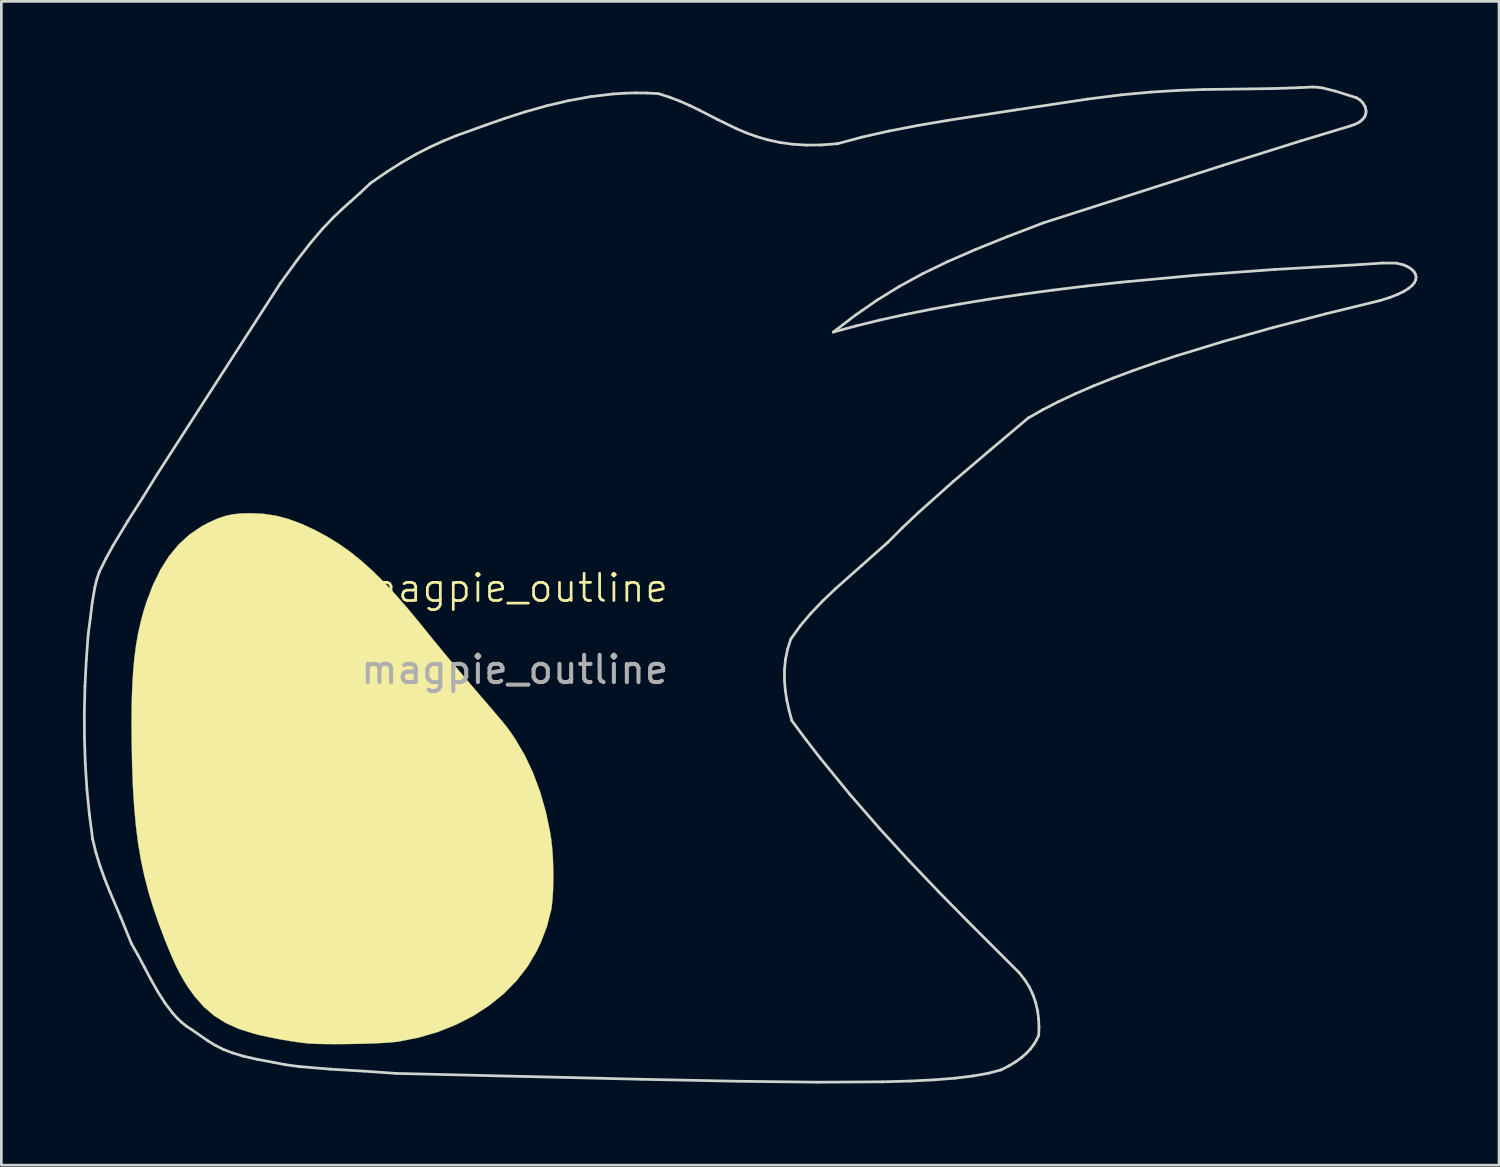
<source format=kicad_pcb>
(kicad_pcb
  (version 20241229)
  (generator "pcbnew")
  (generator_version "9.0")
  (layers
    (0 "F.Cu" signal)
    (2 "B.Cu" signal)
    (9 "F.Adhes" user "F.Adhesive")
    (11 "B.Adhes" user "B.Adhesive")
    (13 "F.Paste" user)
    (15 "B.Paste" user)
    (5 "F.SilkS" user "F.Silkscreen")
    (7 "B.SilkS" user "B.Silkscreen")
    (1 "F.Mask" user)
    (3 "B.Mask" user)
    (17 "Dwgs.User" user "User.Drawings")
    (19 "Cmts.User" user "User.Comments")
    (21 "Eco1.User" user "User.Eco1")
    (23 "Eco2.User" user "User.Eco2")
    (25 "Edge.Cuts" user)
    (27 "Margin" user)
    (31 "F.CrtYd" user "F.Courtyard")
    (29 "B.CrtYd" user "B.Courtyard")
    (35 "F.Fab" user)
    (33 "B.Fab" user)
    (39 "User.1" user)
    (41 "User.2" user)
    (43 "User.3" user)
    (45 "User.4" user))
  (footprint "magpie_outline"
    (layer "F.Cu")
    (at 15.875 19.068)
    (property "Reference" "magpie_outline" (at 0 -0.5 0) (unlocked yes) (layer "F.SilkS") (effects (font (size 1 1) (thickness 0.1))))
    (attr smd)
    (fp_poly (pts (xy 28.934 -19.063) (xy 29.119 -19.06) (xy 29.27 -19.055) (xy 29.395 -19.045) (xy 29.504 -19.033) (xy 29.608 -19.016) (xy 29.717 -18.995) (xy 29.763 -18.985) (xy 30.02 -18.925) (xy 30.286 -18.85) (xy 30.539 -18.769) (xy 30.76 -18.687) (xy 30.928 -18.611) (xy 30.986 -18.578) (xy 31.131 -18.436) (xy 31.22 -18.251) (xy 31.255 -18.041) (xy 31.236 -17.829) (xy 31.163 -17.633) (xy 31.035 -17.475) (xy 30.982 -17.436) (xy 30.957 -17.42) (xy 30.92 -17.403) (xy 30.869 -17.381) (xy 30.796 -17.354) (xy 30.699 -17.319) (xy 30.571 -17.275) (xy 30.409 -17.221) (xy 30.206 -17.155) (xy 29.958 -17.075) (xy 29.66 -16.98) (xy 29.308 -16.868) (xy 28.895 -16.738) (xy 28.418 -16.587) (xy 27.872 -16.415) (xy 27.251 -16.22) (xy 27.062 -16.16) (xy 25.918 -15.799) (xy 24.852 -15.461) (xy 23.859 -15.145) (xy 22.937 -14.848) (xy 22.081 -14.569) (xy 21.287 -14.308) (xy 20.552 -14.062) (xy 19.872 -13.831) (xy 19.243 -13.613) (xy 18.662 -13.407) (xy 18.125 -13.211) (xy 17.628 -13.023) (xy 17.167 -12.844) (xy 16.738 -12.67) (xy 16.339 -12.501) (xy 15.965 -12.336) (xy 15.612 -12.172) (xy 15.276 -12.009) (xy 14.955 -11.846) (xy 14.644 -11.68) (xy 14.339 -11.511) (xy 14.193 -11.427) (xy 13.995 -11.311) (xy 13.777 -11.179) (xy 13.55 -11.039) (xy 13.324 -10.896) (xy 13.11 -10.759) (xy 12.92 -10.634) (xy 12.765 -10.529) (xy 12.655 -10.451) (xy 12.603 -10.407) (xy 12.6 -10.4) (xy 12.643 -10.405) (xy 12.755 -10.428) (xy 12.922 -10.464) (xy 13.129 -10.512) (xy 13.307 -10.555) (xy 14.176 -10.752) (xy 15.124 -10.943) (xy 16.146 -11.128) (xy 17.236 -11.306) (xy 18.391 -11.476) (xy 19.605 -11.639) (xy 20.871 -11.792) (xy 22.187 -11.936) (xy 23.545 -12.071) (xy 24.941 -12.195) (xy 26.371 -12.307) (xy 27.827 -12.408) (xy 29.307 -12.497) (xy 30.664 -12.566) (xy 31.101 -12.586) (xy 31.464 -12.598) (xy 31.761 -12.604) (xy 32.002 -12.601) (xy 32.197 -12.591) (xy 32.354 -12.572) (xy 32.484 -12.544) (xy 32.596 -12.506) (xy 32.692 -12.462) (xy 32.855 -12.352) (xy 32.994 -12.208) (xy 33.085 -12.057) (xy 33.1 -12.011) (xy 33.102 -11.838) (xy 33.034 -11.652) (xy 32.903 -11.471) (xy 32.848 -11.415) (xy 32.775 -11.354) (xy 32.691 -11.295) (xy 32.589 -11.236) (xy 32.463 -11.177) (xy 32.309 -11.114) (xy 32.118 -11.046) (xy 31.887 -10.97) (xy 31.608 -10.886) (xy 31.276 -10.79) (xy 30.884 -10.682) (xy 30.428 -10.558) (xy 29.9 -10.417) (xy 29.39 -10.283) (xy 28.5 -10.048) (xy 27.686 -9.828) (xy 26.938 -9.623) (xy 26.251 -9.43) (xy 25.615 -9.246) (xy 25.024 -9.07) (xy 24.47 -8.898) (xy 23.944 -8.73) (xy 23.44 -8.562) (xy 23.061 -8.431) (xy 22.753 -8.322) (xy 22.462 -8.217) (xy 22.176 -8.109) (xy 21.883 -7.995) (xy 21.57 -7.869) (xy 21.225 -7.726) (xy 20.835 -7.561) (xy 20.388 -7.37) (xy 20.087 -7.24) (xy 19.812 -7.123) (xy 19.567 -7.021) (xy 19.34 -6.933) (xy 19.118 -6.853) (xy 18.889 -6.779) (xy 18.641 -6.706) (xy 18.363 -6.63) (xy 18.041 -6.549) (xy 17.664 -6.458) (xy 17.22 -6.353) (xy 17.089 -6.323) (xy 16.265 -6.129) (xy 15.516 -5.949) (xy 14.837 -5.78) (xy 14.22 -5.62) (xy 13.659 -5.467) (xy 13.145 -5.319) (xy 12.674 -5.173) (xy 12.237 -5.027) (xy 11.827 -4.878) (xy 11.438 -4.726) (xy 11.063 -4.566) (xy 10.694 -4.397) (xy 10.325 -4.218) (xy 9.949 -4.024) (xy 9.83 -3.961) (xy 9.502 -3.788) (xy 9.237 -3.654) (xy 9.026 -3.555) (xy 8.857 -3.489) (xy 8.722 -3.453) (xy 8.609 -3.443) (xy 8.509 -3.457) (xy 8.411 -3.491) (xy 8.351 -3.519) (xy 8.225 -3.617) (xy 8.096 -3.778) (xy 7.978 -3.98) (xy 7.884 -4.203) (xy 7.862 -4.271) (xy 7.835 -4.378) (xy 7.794 -4.552) (xy 7.745 -4.775) (xy 7.69 -5.03) (xy 7.634 -5.302) (xy 7.629 -5.329) (xy 7.56 -5.657) (xy 7.479 -6.034) (xy 7.392 -6.427) (xy 7.307 -6.801) (xy 7.246 -7.057) (xy 7.139 -7.517) (xy 7.053 -7.909) (xy 6.986 -8.247) (xy 6.936 -8.544) (xy 6.902 -8.815) (xy 6.881 -9.073) (xy 6.871 -9.332) (xy 6.869 -9.514) (xy 6.872 -9.745) (xy 6.881 -9.959) (xy 6.893 -10.134) (xy 6.908 -10.251) (xy 6.913 -10.268) (xy 6.995 -10.462) (xy 7.145 -10.7) (xy 7.36 -10.978) (xy 7.638 -11.294) (xy 7.734 -11.395) (xy 8.132 -11.825) (xy 8.464 -12.212) (xy 8.734 -12.564) (xy 8.946 -12.887) (xy 9.103 -13.188) (xy 9.21 -13.471) (xy 9.27 -13.745) (xy 9.288 -13.99) (xy 9.275 -14.238) (xy 9.227 -14.445) (xy 9.135 -14.644) (xy 9.009 -14.835) (xy 8.843 -15.089) (xy 8.739 -15.304) (xy 8.693 -15.492) (xy 8.689 -15.559) (xy 8.696 -15.66) (xy 8.724 -15.742) (xy 8.789 -15.828) (xy 8.903 -15.944) (xy 8.911 -15.953) (xy 9.152 -16.146) (xy 9.463 -16.333) (xy 9.829 -16.505) (xy 10.213 -16.647) (xy 10.503 -16.735) (xy 10.867 -16.834) (xy 11.295 -16.942) (xy 11.777 -17.056) (xy 12.304 -17.175) (xy 12.866 -17.297) (xy 13.453 -17.419) (xy 14.056 -17.539) (xy 14.664 -17.656) (xy 15.268 -17.766) (xy 15.859 -17.869) (xy 15.907 -17.877) (xy 16.219 -17.929) (xy 16.584 -17.989) (xy 16.99 -18.054) (xy 17.425 -18.124) (xy 17.877 -18.196) (xy 18.335 -18.269) (xy 18.787 -18.34) (xy 19.219 -18.408) (xy 19.621 -18.47) (xy 19.981 -18.525) (xy 20.286 -18.571) (xy 20.525 -18.607) (xy 20.606 -18.618) (xy 21.39 -18.717) (xy 22.246 -18.803) (xy 23.178 -18.877) (xy 24.185 -18.938) (xy 25.272 -18.988) (xy 26.438 -19.025) (xy 27.644 -19.05) (xy 28.069 -19.056) (xy 28.419 -19.061) (xy 28.704 -19.063) (xy 28.934 -19.063)) (stroke (width 0.01) (type solid)) (fill yes) (layer "F.Mask"))
    (fp_poly (pts (xy -9.236 -3.229) (xy -8.774 -3.158) (xy -8.31 -3.035) (xy -7.828 -2.855) (xy -7.344 -2.631) (xy -6.908 -2.397) (xy -6.487 -2.139) (xy -6.076 -1.85) (xy -5.668 -1.525) (xy -5.256 -1.158) (xy -4.833 -0.742) (xy -4.394 -0.272) (xy -3.93 0.259) (xy -3.436 0.857) (xy -3.236 1.106) (xy -3.039 1.35) (xy -2.799 1.643) (xy -2.53 1.969) (xy -2.244 2.311) (xy -1.954 2.655) (xy -1.674 2.984) (xy -1.545 3.133) (xy -1.25 3.477) (xy -1.003 3.763) (xy -0.8 4) (xy -0.635 4.194) (xy -0.502 4.352) (xy -0.394 4.482) (xy -0.308 4.591) (xy -0.235 4.685) (xy -0.172 4.773) (xy -0.111 4.86) (xy -0.048 4.955) (xy 0.025 5.065) (xy 0.029 5.071) (xy 0.367 5.647) (xy 0.668 6.287) (xy 0.926 6.977) (xy 1.136 7.704) (xy 1.294 8.453) (xy 1.343 8.768) (xy 1.378 9.091) (xy 1.402 9.457) (xy 1.415 9.846) (xy 1.416 10.238) (xy 1.407 10.614) (xy 1.386 10.953) (xy 1.354 11.237) (xy 1.338 11.329) (xy 1.184 11.931) (xy 0.958 12.527) (xy 0.794 12.869) (xy 0.464 13.423) (xy 0.062 13.939) (xy -0.406 14.413) (xy -0.934 14.841) (xy -1.517 15.221) (xy -2.149 15.547) (xy -2.823 15.817) (xy -3.535 16.026) (xy -4.278 16.172) (xy -4.333 16.18) (xy -4.531 16.201) (xy -4.798 16.22) (xy -5.119 16.236) (xy -5.477 16.249) (xy -5.856 16.258) (xy -6.242 16.264) (xy -6.618 16.266) (xy -6.968 16.264) (xy -7.277 16.257) (xy -7.53 16.245) (xy -7.598 16.24) (xy -7.888 16.208) (xy -8.233 16.158) (xy -8.609 16.094) (xy -8.989 16.02) (xy -9.348 15.942) (xy -9.6 15.879) (xy -10.146 15.706) (xy -10.626 15.49) (xy -11.051 15.223) (xy -11.431 14.898) (xy -11.776 14.506) (xy -12.019 14.166) (xy -12.172 13.922) (xy -12.315 13.668) (xy -12.456 13.388) (xy -12.601 13.067) (xy -12.759 12.691) (xy -12.88 12.388) (xy -13.108 11.783) (xy -13.307 11.201) (xy -13.479 10.63) (xy -13.625 10.06) (xy -13.747 9.48) (xy -13.848 8.88) (xy -13.928 8.248) (xy -13.99 7.574) (xy -14.036 6.848) (xy -14.066 6.058) (xy -14.083 5.274) (xy -14.089 4.506) (xy -14.084 3.812) (xy -14.065 3.185) (xy -14.033 2.615) (xy -13.987 2.094) (xy -13.925 1.613) (xy -13.847 1.163) (xy -13.751 0.735) (xy -13.638 0.32) (xy -13.545 0.026) (xy -13.301 -0.616) (xy -13.023 -1.183) (xy -12.709 -1.678) (xy -12.354 -2.105) (xy -11.957 -2.467) (xy -11.515 -2.768) (xy -11.239 -2.915) (xy -10.93 -3.053) (xy -10.651 -3.149) (xy -10.374 -3.21) (xy -10.07 -3.242) (xy -9.715 -3.251) (xy -9.236 -3.229)) (stroke (width 0.01) (type solid)) (fill yes) (layer "F.SilkS"))
    (fp_line (start -15.825 4.066) (end -15.821 5.018) (stroke (width 0.1) (type solid)) (layer "Edge.Cuts"))
    (fp_line (start -15.821 5.018) (end -15.79 5.962) (stroke (width 0.1) (type solid)) (layer "Edge.Cuts"))
    (fp_line (start -15.802 3.11) (end -15.825 4.066) (stroke (width 0.1) (type solid)) (layer "Edge.Cuts"))
    (fp_line (start -15.79 5.962) (end -15.73 6.898) (stroke (width 0.1) (type solid)) (layer "Edge.Cuts"))
    (fp_line (start -15.753 2.151) (end -15.802 3.11) (stroke (width 0.1) (type solid)) (layer "Edge.Cuts"))
    (fp_line (start -15.73 6.898) (end -15.639 7.824) (stroke (width 0.1) (type solid)) (layer "Edge.Cuts"))
    (fp_line (start -15.682 1.19) (end -15.753 2.151) (stroke (width 0.1) (type solid)) (layer "Edge.Cuts"))
    (fp_line (start -15.639 7.824) (end -15.517 8.739) (stroke (width 0.1) (type solid)) (layer "Edge.Cuts"))
    (fp_line (start -15.605 0.612) (end -15.682 1.19) (stroke (width 0.1) (type solid)) (layer "Edge.Cuts"))
    (fp_line (start -15.535 0.036) (end -15.605 0.612) (stroke (width 0.1) (type solid)) (layer "Edge.Cuts"))
    (fp_line (start -15.517 8.739) (end -15.397 9.234) (stroke (width 0.1) (type solid)) (layer "Edge.Cuts"))
    (fp_line (start -15.437 -0.532) (end -15.535 0.036) (stroke (width 0.1) (type solid)) (layer "Edge.Cuts"))
    (fp_line (start -15.397 9.234) (end -15.247 9.72) (stroke (width 0.1) (type solid)) (layer "Edge.Cuts"))
    (fp_line (start -15.367 -0.813) (end -15.437 -0.532) (stroke (width 0.1) (type solid)) (layer "Edge.Cuts"))
    (fp_line (start -15.277 -1.091) (end -15.367 -0.813) (stroke (width 0.1) (type solid)) (layer "Edge.Cuts"))
    (fp_line (start -15.247 9.72) (end -15.073 10.2) (stroke (width 0.1) (type solid)) (layer "Edge.Cuts"))
    (fp_line (start -15.073 10.2) (end -14.883 10.675) (stroke (width 0.1) (type solid)) (layer "Edge.Cuts"))
    (fp_line (start -15.031 -1.584) (end -15.277 -1.091) (stroke (width 0.1) (type solid)) (layer "Edge.Cuts"))
    (fp_line (start -14.883 10.675) (end -14.481 11.618) (stroke (width 0.1) (type solid)) (layer "Edge.Cuts"))
    (fp_line (start -14.773 -2.056) (end -15.031 -1.584) (stroke (width 0.1) (type solid)) (layer "Edge.Cuts"))
    (fp_line (start -14.481 11.618) (end -14.096 12.566) (stroke (width 0.1) (type solid)) (layer "Edge.Cuts"))
    (fp_line (start -14.228 -2.961) (end -14.773 -2.056) (stroke (width 0.1) (type solid)) (layer "Edge.Cuts"))
    (fp_line (start -14.096 12.566) (end -13.856 12.988) (stroke (width 0.1) (type solid)) (layer "Edge.Cuts"))
    (fp_line (start -13.856 12.988) (end -13.619 13.433) (stroke (width 0.1) (type solid)) (layer "Edge.Cuts"))
    (fp_line (start -13.668 -3.841) (end -14.228 -2.961) (stroke (width 0.1) (type solid)) (layer "Edge.Cuts"))
    (fp_line (start -13.619 13.433) (end -13.379 13.887) (stroke (width 0.1) (type solid)) (layer "Edge.Cuts"))
    (fp_line (start -13.379 13.887) (end -13.128 14.332) (stroke (width 0.1) (type solid)) (layer "Edge.Cuts"))
    (fp_line (start -13.128 14.332) (end -12.86 14.755) (stroke (width 0.1) (type solid)) (layer "Edge.Cuts"))
    (fp_line (start -13.116 -4.733) (end -13.668 -3.841) (stroke (width 0.1) (type solid)) (layer "Edge.Cuts"))
    (fp_line (start -12.86 14.755) (end -12.568 15.139) (stroke (width 0.1) (type solid)) (layer "Edge.Cuts"))
    (fp_line (start -12.568 15.139) (end -12.411 15.311) (stroke (width 0.1) (type solid)) (layer "Edge.Cuts"))
    (fp_line (start -12.411 15.311) (end -12.245 15.468) (stroke (width 0.1) (type solid)) (layer "Edge.Cuts"))
    (fp_line (start -12.245 15.468) (end -12.07 15.608) (stroke (width 0.1) (type solid)) (layer "Edge.Cuts"))
    (fp_line (start -12.07 15.608) (end -11.885 15.728) (stroke (width 0.1) (type solid)) (layer "Edge.Cuts"))
    (fp_line (start -11.885 15.728) (end -11.284 16.145) (stroke (width 0.1) (type solid)) (layer "Edge.Cuts"))
    (fp_line (start -11.284 16.145) (end -11.009 16.312) (stroke (width 0.1) (type solid)) (layer "Edge.Cuts"))
    (fp_line (start -11.009 16.312) (end -10.716 16.459) (stroke (width 0.1) (type solid)) (layer "Edge.Cuts"))
    (fp_line (start -10.716 16.459) (end -10.38 16.589) (stroke (width 0.1) (type solid)) (layer "Edge.Cuts"))
    (fp_line (start -10.38 16.589) (end -9.976 16.71) (stroke (width 0.1) (type solid)) (layer "Edge.Cuts"))
    (fp_line (start -9.976 16.71) (end -9.479 16.824) (stroke (width 0.1) (type solid)) (layer "Edge.Cuts"))
    (fp_line (start -9.479 16.824) (end -8.863 16.938) (stroke (width 0.1) (type solid)) (layer "Edge.Cuts"))
    (fp_line (start -8.863 16.938) (end -8.432 17.023) (stroke (width 0.1) (type solid)) (layer "Edge.Cuts"))
    (fp_line (start -8.624 -11.697) (end -13.116 -4.733) (stroke (width 0.1) (type solid)) (layer "Edge.Cuts"))
    (fp_line (start -8.432 17.023) (end -7.932 17.09) (stroke (width 0.1) (type solid)) (layer "Edge.Cuts"))
    (fp_line (start -8.01 -12.544) (end -8.624 -11.697) (stroke (width 0.1) (type solid)) (layer "Edge.Cuts"))
    (fp_line (start -7.932 17.09) (end -6.79 17.186) (stroke (width 0.1) (type solid)) (layer "Edge.Cuts"))
    (fp_line (start -7.5 -13.2) (end -8.01 -12.544) (stroke (width 0.1) (type solid)) (layer "Edge.Cuts"))
    (fp_line (start -7.07 -13.705) (end -7.5 -13.2) (stroke (width 0.1) (type solid)) (layer "Edge.Cuts"))
    (fp_line (start -6.79 17.186) (end -5.554 17.259) (stroke (width 0.1) (type solid)) (layer "Edge.Cuts"))
    (fp_line (start -6.696 -14.099) (end -7.07 -13.705) (stroke (width 0.1) (type solid)) (layer "Edge.Cuts"))
    (fp_line (start -6.357 -14.424) (end -6.696 -14.099) (stroke (width 0.1) (type solid)) (layer "Edge.Cuts"))
    (fp_line (start -6.028 -14.718) (end -6.357 -14.424) (stroke (width 0.1) (type solid)) (layer "Edge.Cuts"))
    (fp_line (start -5.688 -15.023) (end -6.028 -14.718) (stroke (width 0.1) (type solid)) (layer "Edge.Cuts"))
    (fp_line (start -5.554 17.259) (end -4.342 17.344) (stroke (width 0.1) (type solid)) (layer "Edge.Cuts"))
    (fp_line (start -5.312 -15.379) (end -5.688 -15.023) (stroke (width 0.1) (type solid)) (layer "Edge.Cuts"))
    (fp_line (start -4.707 -15.797) (end -5.312 -15.379) (stroke (width 0.1) (type solid)) (layer "Edge.Cuts"))
    (fp_line (start -4.342 17.344) (end 4.668 17.559) (stroke (width 0.1) (type solid)) (layer "Edge.Cuts"))
    (fp_line (start -4.148 -16.151) (end -4.707 -15.797) (stroke (width 0.1) (type solid)) (layer "Edge.Cuts"))
    (fp_line (start -3.623 -16.453) (end -4.148 -16.151) (stroke (width 0.1) (type solid)) (layer "Edge.Cuts"))
    (fp_line (start -3.119 -16.711) (end -3.623 -16.453) (stroke (width 0.1) (type solid)) (layer "Edge.Cuts"))
    (fp_line (start -2.625 -16.937) (end -3.119 -16.711) (stroke (width 0.1) (type solid)) (layer "Edge.Cuts"))
    (fp_line (start -2.13 -17.139) (end -2.625 -16.937) (stroke (width 0.1) (type solid)) (layer "Edge.Cuts"))
    (fp_line (start -1.086 -17.515) (end -2.13 -17.139) (stroke (width 0.1) (type solid)) (layer "Edge.Cuts"))
    (fp_line (start -0.364 -17.767) (end -1.086 -17.515) (stroke (width 0.1) (type solid)) (layer "Edge.Cuts"))
    (fp_line (start 0.388 -18.008) (end -0.364 -17.767) (stroke (width 0.1) (type solid)) (layer "Edge.Cuts"))
    (fp_line (start 1.165 -18.227) (end 0.388 -18.008) (stroke (width 0.1) (type solid)) (layer "Edge.Cuts"))
    (fp_line (start 1.964 -18.415) (end 1.165 -18.227) (stroke (width 0.1) (type solid)) (layer "Edge.Cuts"))
    (fp_line (start 2.78 -18.564) (end 1.964 -18.415) (stroke (width 0.1) (type solid)) (layer "Edge.Cuts"))
    (fp_line (start 3.607 -18.663) (end 2.78 -18.564) (stroke (width 0.1) (type solid)) (layer "Edge.Cuts"))
    (fp_line (start 4.024 -18.691) (end 3.607 -18.663) (stroke (width 0.1) (type solid)) (layer "Edge.Cuts"))
    (fp_line (start 4.443 -18.703) (end 4.024 -18.691) (stroke (width 0.1) (type solid)) (layer "Edge.Cuts"))
    (fp_line (start 4.668 17.559) (end 8.194 17.631) (stroke (width 0.1) (type solid)) (layer "Edge.Cuts"))
    (fp_line (start 4.862 -18.698) (end 4.443 -18.703) (stroke (width 0.1) (type solid)) (layer "Edge.Cuts"))
    (fp_line (start 5.282 -18.675) (end 4.862 -18.698) (stroke (width 0.1) (type solid)) (layer "Edge.Cuts"))
    (fp_line (start 5.68 -18.549) (end 5.282 -18.675) (stroke (width 0.1) (type solid)) (layer "Edge.Cuts"))
    (fp_line (start 6.058 -18.404) (end 5.68 -18.549) (stroke (width 0.1) (type solid)) (layer "Edge.Cuts"))
    (fp_line (start 6.418 -18.246) (end 6.058 -18.404) (stroke (width 0.1) (type solid)) (layer "Edge.Cuts"))
    (fp_line (start 6.767 -18.077) (end 6.418 -18.246) (stroke (width 0.1) (type solid)) (layer "Edge.Cuts"))
    (fp_line (start 7.45 -17.726) (end 6.767 -18.077) (stroke (width 0.1) (type solid)) (layer "Edge.Cuts"))
    (fp_line (start 8.147 -17.387) (end 7.45 -17.726) (stroke (width 0.1) (type solid)) (layer "Edge.Cuts"))
    (fp_line (start 8.194 17.631) (end 11.129 17.666) (stroke (width 0.1) (type solid)) (layer "Edge.Cuts"))
    (fp_line (start 8.513 -17.233) (end 8.147 -17.387) (stroke (width 0.1) (type solid)) (layer "Edge.Cuts"))
    (fp_line (start 8.897 -17.094) (end 8.513 -17.233) (stroke (width 0.1) (type solid)) (layer "Edge.Cuts"))
    (fp_line (start 9.304 -16.976) (end 8.897 -17.094) (stroke (width 0.1) (type solid)) (layer "Edge.Cuts"))
    (fp_line (start 9.739 -16.882) (end 9.304 -16.976) (stroke (width 0.1) (type solid)) (layer "Edge.Cuts"))
    (fp_line (start 9.913 2.877) (end 9.914 2.501) (stroke (width 0.1) (type solid)) (layer "Edge.Cuts"))
    (fp_line (start 9.914 2.501) (end 9.951 2.126) (stroke (width 0.1) (type solid)) (layer "Edge.Cuts"))
    (fp_line (start 9.943 3.252) (end 9.913 2.877) (stroke (width 0.1) (type solid)) (layer "Edge.Cuts"))
    (fp_line (start 9.951 2.126) (end 10.027 1.751) (stroke (width 0.1) (type solid)) (layer "Edge.Cuts"))
    (fp_line (start 10.001 3.627) (end 9.943 3.252) (stroke (width 0.1) (type solid)) (layer "Edge.Cuts"))
    (fp_line (start 10.027 1.751) (end 10.146 1.376) (stroke (width 0.1) (type solid)) (layer "Edge.Cuts"))
    (fp_line (start 10.083 4.002) (end 10.001 3.627) (stroke (width 0.1) (type solid)) (layer "Edge.Cuts"))
    (fp_line (start 10.146 1.376) (end 10.493 0.891) (stroke (width 0.1) (type solid)) (layer "Edge.Cuts"))
    (fp_line (start 10.186 4.377) (end 10.083 4.002) (stroke (width 0.1) (type solid)) (layer "Edge.Cuts"))
    (fp_line (start 10.208 -16.816) (end 9.739 -16.882) (stroke (width 0.1) (type solid)) (layer "Edge.Cuts"))
    (fp_line (start 10.493 0.891) (end 10.89 0.422) (stroke (width 0.1) (type solid)) (layer "Edge.Cuts"))
    (fp_line (start 10.707 5.079) (end 10.186 4.377) (stroke (width 0.1) (type solid)) (layer "Edge.Cuts"))
    (fp_line (start 10.714 -16.784) (end 10.208 -16.816) (stroke (width 0.1) (type solid)) (layer "Edge.Cuts"))
    (fp_line (start 10.89 0.422) (end 11.326 -0.033) (stroke (width 0.1) (type solid)) (layer "Edge.Cuts"))
    (fp_line (start 11.129 17.666) (end 13.519 17.652) (stroke (width 0.1) (type solid)) (layer "Edge.Cuts"))
    (fp_line (start 11.238 5.764) (end 10.707 5.079) (stroke (width 0.1) (type solid)) (layer "Edge.Cuts"))
    (fp_line (start 11.264 -16.789) (end 10.714 -16.784) (stroke (width 0.1) (type solid)) (layer "Edge.Cuts"))
    (fp_line (start 11.326 -0.033) (end 11.79 -0.476) (stroke (width 0.1) (type solid)) (layer "Edge.Cuts"))
    (fp_line (start 11.707 -9.91) (end 12.525 -10.535) (stroke (width 0.1) (type solid)) (layer "Edge.Cuts"))
    (fp_line (start 11.79 -0.476) (end 12.759 -1.336) (stroke (width 0.1) (type solid)) (layer "Edge.Cuts"))
    (fp_line (start 11.861 -16.835) (end 11.861 -16.835) (stroke (width 0.1) (type solid)) (layer "Edge.Cuts"))
    (fp_line (start 11.861 -16.835) (end 11.264 -16.789) (stroke (width 0.1) (type solid)) (layer "Edge.Cuts"))
    (fp_line (start 11.861 -16.835) (end 11.861 -16.835) (stroke (width 0.1) (type solid)) (layer "Edge.Cuts"))
    (fp_line (start 12.32 7.088) (end 11.238 5.764) (stroke (width 0.1) (type solid)) (layer "Edge.Cuts"))
    (fp_line (start 12.525 -10.535) (end 13.323 -11.087) (stroke (width 0.1) (type solid)) (layer "Edge.Cuts"))
    (fp_line (start 12.54 -10.135) (end 11.707 -9.91) (stroke (width 0.1) (type solid)) (layer "Edge.Cuts"))
    (fp_line (start 12.759 -1.336) (end 13.708 -2.176) (stroke (width 0.1) (type solid)) (layer "Edge.Cuts"))
    (fp_line (start 12.775 -17.08) (end 11.861 -16.835) (stroke (width 0.1) (type solid)) (layer "Edge.Cuts"))
    (fp_line (start 13.323 -11.087) (end 14.132 -11.586) (stroke (width 0.1) (type solid)) (layer "Edge.Cuts"))
    (fp_line (start 13.417 8.348) (end 12.32 7.088) (stroke (width 0.1) (type solid)) (layer "Edge.Cuts"))
    (fp_line (start 13.422 -10.351) (end 12.54 -10.135) (stroke (width 0.1) (type solid)) (layer "Edge.Cuts"))
    (fp_line (start 13.519 17.652) (end 14.524 17.624) (stroke (width 0.1) (type solid)) (layer "Edge.Cuts"))
    (fp_line (start 13.708 -2.176) (end 14.26 -2.728) (stroke (width 0.1) (type solid)) (layer "Edge.Cuts"))
    (fp_line (start 13.758 -17.301) (end 12.775 -17.08) (stroke (width 0.1) (type solid)) (layer "Edge.Cuts"))
    (fp_line (start 14.132 -11.586) (end 14.984 -12.051) (stroke (width 0.1) (type solid)) (layer "Edge.Cuts"))
    (fp_line (start 14.26 -2.728) (end 14.85 -3.286) (stroke (width 0.1) (type solid)) (layer "Edge.Cuts"))
    (fp_line (start 14.355 -10.558) (end 13.422 -10.351) (stroke (width 0.1) (type solid)) (layer "Edge.Cuts"))
    (fp_line (start 14.511 9.543) (end 13.417 8.348) (stroke (width 0.1) (type solid)) (layer "Edge.Cuts"))
    (fp_line (start 14.524 17.624) (end 15.41 17.58) (stroke (width 0.1) (type solid)) (layer "Edge.Cuts"))
    (fp_line (start 14.808 -17.503) (end 13.758 -17.301) (stroke (width 0.1) (type solid)) (layer "Edge.Cuts"))
    (fp_line (start 14.85 -3.286) (end 16.123 -4.421) (stroke (width 0.1) (type solid)) (layer "Edge.Cuts"))
    (fp_line (start 14.984 -12.051) (end 15.91 -12.499) (stroke (width 0.1) (type solid)) (layer "Edge.Cuts"))
    (fp_line (start 15.338 -10.755) (end 14.355 -10.558) (stroke (width 0.1) (type solid)) (layer "Edge.Cuts"))
    (fp_line (start 15.41 17.58) (end 16.182 17.518) (stroke (width 0.1) (type solid)) (layer "Edge.Cuts"))
    (fp_line (start 15.588 10.671) (end 14.511 9.543) (stroke (width 0.1) (type solid)) (layer "Edge.Cuts"))
    (fp_line (start 15.91 -12.499) (end 16.943 -12.949) (stroke (width 0.1) (type solid)) (layer "Edge.Cuts"))
    (fp_line (start 15.926 -17.695) (end 14.808 -17.503) (stroke (width 0.1) (type solid)) (layer "Edge.Cuts"))
    (fp_line (start 16.123 -4.421) (end 17.479 -5.576) (stroke (width 0.1) (type solid)) (layer "Edge.Cuts"))
    (fp_line (start 16.182 17.518) (end 16.847 17.437) (stroke (width 0.1) (type solid)) (layer "Edge.Cuts"))
    (fp_line (start 16.37 -10.943) (end 15.338 -10.755) (stroke (width 0.1) (type solid)) (layer "Edge.Cuts"))
    (fp_line (start 16.63 11.732) (end 15.588 10.671) (stroke (width 0.1) (type solid)) (layer "Edge.Cuts"))
    (fp_line (start 16.847 17.437) (end 17.41 17.337) (stroke (width 0.1) (type solid)) (layer "Edge.Cuts"))
    (fp_line (start 16.943 -12.949) (end 18.112 -13.421) (stroke (width 0.1) (type solid)) (layer "Edge.Cuts"))
    (fp_line (start 17.41 17.337) (end 17.876 17.215) (stroke (width 0.1) (type solid)) (layer "Edge.Cuts"))
    (fp_line (start 17.453 -11.122) (end 16.37 -10.943) (stroke (width 0.1) (type solid)) (layer "Edge.Cuts"))
    (fp_line (start 17.479 -5.576) (end 18.871 -6.749) (stroke (width 0.1) (type solid)) (layer "Edge.Cuts"))
    (fp_line (start 17.876 17.215) (end 18.172 17.062) (stroke (width 0.1) (type solid)) (layer "Edge.Cuts"))
    (fp_line (start 18.112 -13.421) (end 19.451 -13.932) (stroke (width 0.1) (type solid)) (layer "Edge.Cuts"))
    (fp_line (start 18.172 17.062) (end 18.424 16.909) (stroke (width 0.1) (type solid)) (layer "Edge.Cuts"))
    (fp_line (start 18.359 -18.069) (end 15.926 -17.695) (stroke (width 0.1) (type solid)) (layer "Edge.Cuts"))
    (fp_line (start 18.424 16.909) (end 18.636 16.754) (stroke (width 0.1) (type solid)) (layer "Edge.Cuts"))
    (fp_line (start 18.545 13.644) (end 16.63 11.732) (stroke (width 0.1) (type solid)) (layer "Edge.Cuts"))
    (fp_line (start 18.587 -11.291) (end 17.453 -11.122) (stroke (width 0.1) (type solid)) (layer "Edge.Cuts"))
    (fp_line (start 18.636 16.754) (end 18.813 16.598) (stroke (width 0.1) (type solid)) (layer "Edge.Cuts"))
    (fp_line (start 18.753 13.908) (end 18.545 13.644) (stroke (width 0.1) (type solid)) (layer "Edge.Cuts"))
    (fp_line (start 18.813 16.598) (end 18.959 16.44) (stroke (width 0.1) (type solid)) (layer "Edge.Cuts"))
    (fp_line (start 18.871 -6.749) (end 19.407 -7.054) (stroke (width 0.1) (type solid)) (layer "Edge.Cuts"))
    (fp_line (start 18.922 14.18) (end 18.753 13.908) (stroke (width 0.1) (type solid)) (layer "Edge.Cuts"))
    (fp_line (start 18.959 16.44) (end 19.08 16.278) (stroke (width 0.1) (type solid)) (layer "Edge.Cuts"))
    (fp_line (start 19.053 14.46) (end 18.922 14.18) (stroke (width 0.1) (type solid)) (layer "Edge.Cuts"))
    (fp_line (start 19.08 16.278) (end 19.179 16.113) (stroke (width 0.1) (type solid)) (layer "Edge.Cuts"))
    (fp_line (start 19.151 14.746) (end 19.053 14.46) (stroke (width 0.1) (type solid)) (layer "Edge.Cuts"))
    (fp_line (start 19.179 16.113) (end 19.261 15.944) (stroke (width 0.1) (type solid)) (layer "Edge.Cuts"))
    (fp_line (start 19.218 15.038) (end 19.151 14.746) (stroke (width 0.1) (type solid)) (layer "Edge.Cuts"))
    (fp_line (start 19.257 15.335) (end 19.218 15.038) (stroke (width 0.1) (type solid)) (layer "Edge.Cuts"))
    (fp_line (start 19.261 15.944) (end 19.27 15.637) (stroke (width 0.1) (type solid)) (layer "Edge.Cuts"))
    (fp_line (start 19.27 15.637) (end 19.257 15.335) (stroke (width 0.1) (type solid)) (layer "Edge.Cuts"))
    (fp_line (start 19.407 -7.054) (end 19.989 -7.353) (stroke (width 0.1) (type solid)) (layer "Edge.Cuts"))
    (fp_line (start 19.451 -13.932) (end 26.028 -16.038) (stroke (width 0.1) (type solid)) (layer "Edge.Cuts"))
    (fp_line (start 19.771 -11.451) (end 18.587 -11.291) (stroke (width 0.1) (type solid)) (layer "Edge.Cuts"))
    (fp_line (start 19.989 -7.353) (end 20.615 -7.646) (stroke (width 0.1) (type solid)) (layer "Edge.Cuts"))
    (fp_line (start 20.615 -7.646) (end 21.283 -7.935) (stroke (width 0.1) (type solid)) (layer "Edge.Cuts"))
    (fp_line (start 21.006 -11.602) (end 19.771 -11.451) (stroke (width 0.1) (type solid)) (layer "Edge.Cuts"))
    (fp_line (start 21.052 -18.475) (end 18.359 -18.069) (stroke (width 0.1) (type solid)) (layer "Edge.Cuts"))
    (fp_line (start 21.283 -7.935) (end 21.991 -8.218) (stroke (width 0.1) (type solid)) (layer "Edge.Cuts"))
    (fp_line (start 21.991 -8.218) (end 22.736 -8.496) (stroke (width 0.1) (type solid)) (layer "Edge.Cuts"))
    (fp_line (start 22.284 -18.63) (end 21.052 -18.475) (stroke (width 0.1) (type solid)) (layer "Edge.Cuts"))
    (fp_line (start 22.291 -11.743) (end 21.006 -11.602) (stroke (width 0.1) (type solid)) (layer "Edge.Cuts"))
    (fp_line (start 22.736 -8.496) (end 23.517 -8.77) (stroke (width 0.1) (type solid)) (layer "Edge.Cuts"))
    (fp_line (start 23.385 -18.733) (end 22.284 -18.63) (stroke (width 0.1) (type solid)) (layer "Edge.Cuts"))
    (fp_line (start 23.517 -8.77) (end 24.332 -9.04) (stroke (width 0.1) (type solid)) (layer "Edge.Cuts"))
    (fp_line (start 24.332 -9.04) (end 26.054 -9.567) (stroke (width 0.1) (type solid)) (layer "Edge.Cuts"))
    (fp_line (start 24.384 -18.795) (end 23.385 -18.733) (stroke (width 0.1) (type solid)) (layer "Edge.Cuts"))
    (fp_line (start 25.015 -11.997) (end 22.291 -11.743) (stroke (width 0.1) (type solid)) (layer "Edge.Cuts"))
    (fp_line (start 25.309 -18.827) (end 24.384 -18.795) (stroke (width 0.1) (type solid)) (layer "Edge.Cuts"))
    (fp_line (start 26.028 -16.038) (end 28.911 -16.943) (stroke (width 0.1) (type solid)) (layer "Edge.Cuts"))
    (fp_line (start 26.054 -9.567) (end 27.887 -10.08) (stroke (width 0.1) (type solid)) (layer "Edge.Cuts"))
    (fp_line (start 27.055 -18.85) (end 25.309 -18.827) (stroke (width 0.1) (type solid)) (layer "Edge.Cuts"))
    (fp_line (start 27.887 -10.08) (end 29.815 -10.582) (stroke (width 0.1) (type solid)) (layer "Edge.Cuts"))
    (fp_line (start 27.934 -18.864) (end 27.055 -18.85) (stroke (width 0.1) (type solid)) (layer "Edge.Cuts"))
    (fp_line (start 27.943 -12.213) (end 25.015 -11.997) (stroke (width 0.1) (type solid)) (layer "Edge.Cuts"))
    (fp_line (start 28.856 -18.895) (end 27.934 -18.864) (stroke (width 0.1) (type solid)) (layer "Edge.Cuts"))
    (fp_line (start 28.911 -16.943) (end 30.737 -17.494) (stroke (width 0.1) (type solid)) (layer "Edge.Cuts"))
    (fp_line (start 29.313 -18.918) (end 28.856 -18.895) (stroke (width 0.1) (type solid)) (layer "Edge.Cuts"))
    (fp_line (start 29.498 -18.912) (end 29.313 -18.918) (stroke (width 0.1) (type solid)) (layer "Edge.Cuts"))
    (fp_line (start 29.686 -18.887) (end 29.498 -18.912) (stroke (width 0.1) (type solid)) (layer "Edge.Cuts"))
    (fp_line (start 29.815 -10.582) (end 31.821 -11.073) (stroke (width 0.1) (type solid)) (layer "Edge.Cuts"))
    (fp_line (start 30.165 -18.768) (end 29.686 -18.887) (stroke (width 0.1) (type solid)) (layer "Edge.Cuts"))
    (fp_line (start 30.737 -17.494) (end 30.885 -17.547) (stroke (width 0.1) (type solid)) (layer "Edge.Cuts"))
    (fp_line (start 30.885 -17.547) (end 31.007 -17.606) (stroke (width 0.1) (type solid)) (layer "Edge.Cuts"))
    (fp_line (start 30.937 -18.525) (end 30.165 -18.768) (stroke (width 0.1) (type solid)) (layer "Edge.Cuts"))
    (fp_line (start 31.007 -17.606) (end 31.105 -17.672) (stroke (width 0.1) (type solid)) (layer "Edge.Cuts"))
    (fp_line (start 31.067 -18.447) (end 30.937 -18.525) (stroke (width 0.1) (type solid)) (layer "Edge.Cuts"))
    (fp_line (start 31.077 -12.392) (end 27.943 -12.213) (stroke (width 0.1) (type solid)) (layer "Edge.Cuts"))
    (fp_line (start 31.105 -17.672) (end 31.181 -17.743) (stroke (width 0.1) (type solid)) (layer "Edge.Cuts"))
    (fp_line (start 31.178 -18.336) (end 31.067 -18.447) (stroke (width 0.1) (type solid)) (layer "Edge.Cuts"))
    (fp_line (start 31.181 -17.743) (end 31.236 -17.817) (stroke (width 0.1) (type solid)) (layer "Edge.Cuts"))
    (fp_line (start 31.236 -17.817) (end 31.272 -17.894) (stroke (width 0.1) (type solid)) (layer "Edge.Cuts"))
    (fp_line (start 31.258 -18.2) (end 31.178 -18.336) (stroke (width 0.1) (type solid)) (layer "Edge.Cuts"))
    (fp_line (start 31.272 -17.894) (end 31.291 -17.971) (stroke (width 0.1) (type solid)) (layer "Edge.Cuts"))
    (fp_line (start 31.291 -17.971) (end 31.294 -18.049) (stroke (width 0.1) (type solid)) (layer "Edge.Cuts"))
    (fp_line (start 31.294 -18.049) (end 31.258 -18.2) (stroke (width 0.1) (type solid)) (layer "Edge.Cuts"))
    (fp_line (start 31.821 -11.073) (end 32.167 -11.182) (stroke (width 0.1) (type solid)) (layer "Edge.Cuts"))
    (fp_line (start 31.906 -12.448) (end 31.077 -12.392) (stroke (width 0.1) (type solid)) (layer "Edge.Cuts"))
    (fp_line (start 32.167 -11.182) (end 32.453 -11.293) (stroke (width 0.1) (type solid)) (layer "Edge.Cuts"))
    (fp_line (start 32.412 -12.445) (end 31.906 -12.448) (stroke (width 0.1) (type solid)) (layer "Edge.Cuts"))
    (fp_line (start 32.453 -11.293) (end 32.682 -11.405) (stroke (width 0.1) (type solid)) (layer "Edge.Cuts"))
    (fp_line (start 32.669 -12.381) (end 32.412 -12.445) (stroke (width 0.1) (type solid)) (layer "Edge.Cuts"))
    (fp_line (start 32.682 -11.405) (end 32.86 -11.517) (stroke (width 0.1) (type solid)) (layer "Edge.Cuts"))
    (fp_line (start 32.789 -12.331) (end 32.669 -12.381) (stroke (width 0.1) (type solid)) (layer "Edge.Cuts"))
    (fp_line (start 32.86 -11.517) (end 32.99 -11.627) (stroke (width 0.1) (type solid)) (layer "Edge.Cuts"))
    (fp_line (start 32.897 -12.27) (end 32.789 -12.331) (stroke (width 0.1) (type solid)) (layer "Edge.Cuts"))
    (fp_line (start 32.989 -12.199) (end 32.897 -12.27) (stroke (width 0.1) (type solid)) (layer "Edge.Cuts"))
    (fp_line (start 32.99 -11.627) (end 33.076 -11.734) (stroke (width 0.1) (type solid)) (layer "Edge.Cuts"))
    (fp_line (start 33.062 -12.119) (end 32.989 -12.199) (stroke (width 0.1) (type solid)) (layer "Edge.Cuts"))
    (fp_line (start 33.076 -11.734) (end 33.122 -11.838) (stroke (width 0.1) (type solid)) (layer "Edge.Cuts"))
    (fp_line (start 33.111 -12.032) (end 33.062 -12.119) (stroke (width 0.1) (type solid)) (layer "Edge.Cuts"))
    (fp_line (start 33.122 -11.838) (end 33.133 -11.938) (stroke (width 0.1) (type solid)) (layer "Edge.Cuts"))
    (fp_line (start 33.133 -11.938) (end 33.111 -12.032) (stroke (width 0.1) (type solid)) (layer "Edge.Cuts"))
    (fp_text user "${REFERENCE}" (at 0 2.5 0) (unlocked yes) (layer "F.Fab") (effects (font (size 1 1) (thickness 0.15)))))
  (gr_rect
    (start -3 -3)
    (end 52.057 39.784)
    (stroke (width 0.1) (type default))
    (fill no)
    (layer "Edge.Cuts")))
</source>
